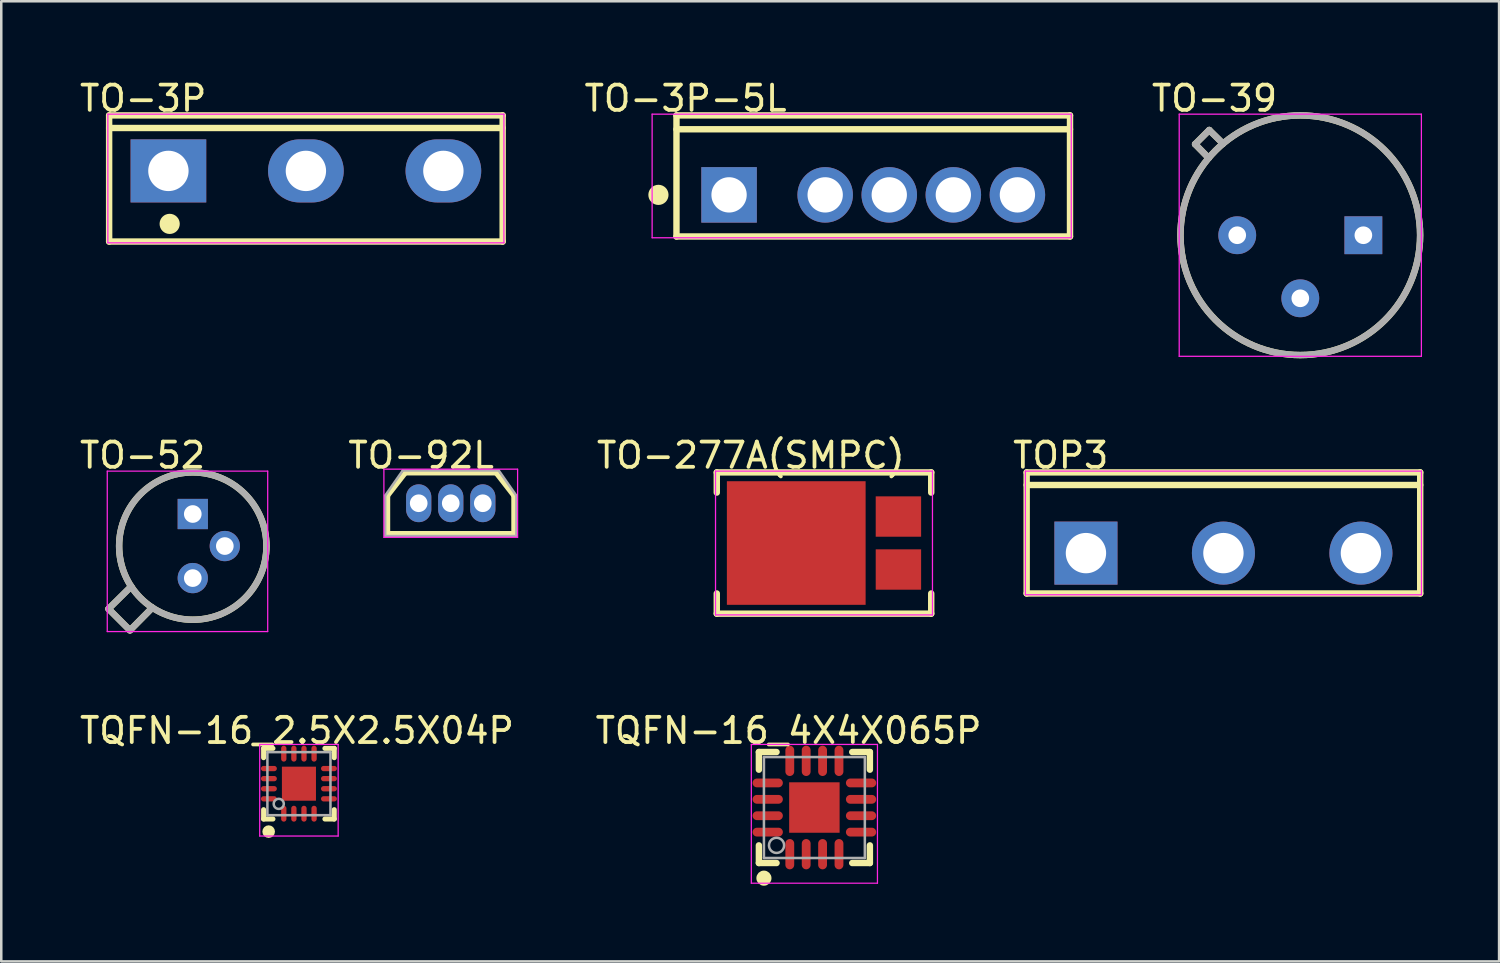
<source format=kicad_pcb>
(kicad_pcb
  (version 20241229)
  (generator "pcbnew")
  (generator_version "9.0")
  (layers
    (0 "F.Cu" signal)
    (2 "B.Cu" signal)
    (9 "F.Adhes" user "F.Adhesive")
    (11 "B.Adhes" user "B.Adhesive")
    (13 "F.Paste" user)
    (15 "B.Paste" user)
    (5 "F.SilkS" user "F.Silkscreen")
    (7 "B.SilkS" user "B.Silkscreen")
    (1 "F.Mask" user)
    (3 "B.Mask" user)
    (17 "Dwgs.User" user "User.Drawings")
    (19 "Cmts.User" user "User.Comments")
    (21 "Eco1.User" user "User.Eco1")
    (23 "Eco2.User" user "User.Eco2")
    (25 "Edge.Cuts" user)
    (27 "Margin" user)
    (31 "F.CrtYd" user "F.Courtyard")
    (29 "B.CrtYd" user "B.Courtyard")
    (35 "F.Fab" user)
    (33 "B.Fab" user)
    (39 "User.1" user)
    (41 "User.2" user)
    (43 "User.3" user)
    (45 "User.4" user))
  (footprint "TQFN-16_4X4X065P"
    (layer "F.Cu")
    (at 29.233 28.961)
    (property "Reference" "TQFN-16_4X4X065P" (at -1.024 -3.05 0) (layer "F.SilkS") (effects (font (size 1 1) (thickness 0.15))))
    (attr through_hole)
    (fp_line (start -2.2 -2.2) (end -1.5 -2.2) (stroke (width 0.254) (type solid)) (layer "F.SilkS"))
    (fp_line (start -2.2 -1.5) (end -2.2 -2.2) (stroke (width 0.254) (type solid)) (layer "F.SilkS"))
    (fp_line (start -2.2 2.2) (end -2.2 1.5) (stroke (width 0.254) (type solid)) (layer "F.SilkS"))
    (fp_line (start -2.2 2.2) (end -1.5 2.2) (stroke (width 0.254) (type solid)) (layer "F.SilkS"))
    (fp_line (start 1.5 -2.2) (end 2.2 -2.2) (stroke (width 0.254) (type solid)) (layer "F.SilkS"))
    (fp_line (start 1.5 2.2) (end 2.2 2.2) (stroke (width 0.254) (type solid)) (layer "F.SilkS"))
    (fp_line (start 2.2 -1.5) (end 2.2 -2.2) (stroke (width 0.254) (type solid)) (layer "F.SilkS"))
    (fp_line (start 2.2 2.2) (end 2.2 1.5) (stroke (width 0.254) (type solid)) (layer "F.SilkS"))
    (fp_circle (center -2 2.8) (end -1.85 2.8) (stroke (width 0.3) (type solid)) (fill no) (layer "F.SilkS"))
    (fp_line (start -2.5 -2.5) (end 2.5 -2.5) (stroke (width 0.05) (type solid)) (layer "F.CrtYd"))
    (fp_line (start -2.5 3) (end -2.5 -2.5) (stroke (width 0.05) (type solid)) (layer "F.CrtYd"))
    (fp_line (start 2.5 -2.5) (end 2.5 3) (stroke (width 0.05) (type solid)) (layer "F.CrtYd"))
    (fp_line (start 2.5 3) (end -2.5 3) (stroke (width 0.05) (type solid)) (layer "F.CrtYd"))
    (fp_line (start -2 -2) (end 2 -2) (stroke (width 0.1) (type solid)) (layer "F.Fab"))
    (fp_line (start -2 2) (end -2 -2) (stroke (width 0.1) (type solid)) (layer "F.Fab"))
    (fp_line (start -2 2) (end 2 2) (stroke (width 0.1) (type solid)) (layer "F.Fab"))
    (fp_line (start 2 2) (end 2 -2) (stroke (width 0.1) (type solid)) (layer "F.Fab"))
    (fp_circle (center -1.5 1.5) (end -1.2 1.5) (stroke (width 0.1) (type solid)) (fill no) (layer "F.Fab"))
    (pad "0" smd rect (at 0 0 90) (size 2 2) (layers "F.Cu" "F.Mask" "F.Paste"))
    (pad "1" smd oval (at -0.975 1.85) (size 0.35 1.2) (layers "F.Cu" "F.Mask" "F.Paste"))
    (pad "2" smd oval (at -0.325 1.85) (size 0.35 1.2) (layers "F.Cu" "F.Mask" "F.Paste"))
    (pad "3" smd oval (at 0.325 1.85) (size 0.35 1.2) (layers "F.Cu" "F.Mask" "F.Paste"))
    (pad "4" smd oval (at 0.975 1.85) (size 0.35 1.2) (layers "F.Cu" "F.Mask" "F.Paste"))
    (pad "5" smd oval (at 1.85 0.975 90) (size 0.35 1.2) (layers "F.Cu" "F.Mask" "F.Paste"))
    (pad "6" smd oval (at 1.85 0.325 90) (size 0.35 1.2) (layers "F.Cu" "F.Mask" "F.Paste"))
    (pad "7" smd oval (at 1.85 -0.325 90) (size 0.35 1.2) (layers "F.Cu" "F.Mask" "F.Paste"))
    (pad "8" smd oval (at 1.85 -0.975 90) (size 0.35 1.2) (layers "F.Cu" "F.Mask" "F.Paste"))
    (pad "9" smd oval (at 0.975 -1.85) (size 0.35 1.2) (layers "F.Cu" "F.Mask" "F.Paste"))
    (pad "10" smd oval (at 0.325 -1.85) (size 0.35 1.2) (layers "F.Cu" "F.Mask" "F.Paste"))
    (pad "11" smd oval (at -0.325 -1.85) (size 0.35 1.2) (layers "F.Cu" "F.Mask" "F.Paste"))
    (pad "12" smd oval (at -0.975 -1.85) (size 0.35 1.2) (layers "F.Cu" "F.Mask" "F.Paste"))
    (pad "13" smd oval (at -1.85 -0.975 90) (size 0.35 1.2) (layers "F.Cu" "F.Mask" "F.Paste"))
    (pad "14" smd oval (at -1.85 -0.325 90) (size 0.35 1.2) (layers "F.Cu" "F.Mask" "F.Paste"))
    (pad "15" smd oval (at -1.85 0.325 90) (size 0.35 1.2) (layers "F.Cu" "F.Mask" "F.Paste"))
    (pad "16" smd oval (at -1.85 0.975 90) (size 0.35 1.2) (layers "F.Cu" "F.Mask" "F.Paste")))
  (footprint "TQFN-16_2.5X2.5X04P"
    (layer "F.Cu")
    (at 8.8 28.016)
    (property "Reference" "TQFN-16_2.5X2.5X04P" (at -0.079 -2.105 0) (layer "F.SilkS") (effects (font (size 1 1) (thickness 0.15))))
    (attr through_hole)
    (fp_line (start -1.4 -1.4) (end -1.03 -1.4) (stroke (width 0.2) (type solid)) (layer "F.SilkS"))
    (fp_line (start -1.4 -1.03) (end -1.4 -1.4) (stroke (width 0.2) (type solid)) (layer "F.SilkS"))
    (fp_line (start -1.4 1.4) (end -1.4 1.03) (stroke (width 0.2) (type solid)) (layer "F.SilkS"))
    (fp_line (start -1.4 1.4) (end -1.03 1.4) (stroke (width 0.2) (type solid)) (layer "F.SilkS"))
    (fp_line (start 1.03 -1.4) (end 1.4 -1.4) (stroke (width 0.2) (type solid)) (layer "F.SilkS"))
    (fp_line (start 1.03 1.4) (end 1.4 1.4) (stroke (width 0.2) (type solid)) (layer "F.SilkS"))
    (fp_line (start 1.4 -1.03) (end 1.4 -1.4) (stroke (width 0.2) (type solid)) (layer "F.SilkS"))
    (fp_line (start 1.4 1.4) (end 1.4 1.03) (stroke (width 0.2) (type solid)) (layer "F.SilkS"))
    (fp_circle (center -1.2 1.9) (end -1.075 1.9) (stroke (width 0.25) (type solid)) (fill no) (layer "F.SilkS"))
    (fp_line (start -1.555 -1.555) (end 1.555 -1.555) (stroke (width 0.05) (type solid)) (layer "F.CrtYd"))
    (fp_line (start -1.555 2.075) (end -1.555 -1.555) (stroke (width 0.05) (type solid)) (layer "F.CrtYd"))
    (fp_line (start 1.555 -1.555) (end 1.555 2.075) (stroke (width 0.05) (type solid)) (layer "F.CrtYd"))
    (fp_line (start 1.555 2.075) (end -1.555 2.075) (stroke (width 0.05) (type solid)) (layer "F.CrtYd"))
    (fp_line (start -1.25 -1.25) (end 1.25 -1.25) (stroke (width 0.1) (type solid)) (layer "F.Fab"))
    (fp_line (start -1.25 1.25) (end -1.25 -1.25) (stroke (width 0.1) (type solid)) (layer "F.Fab"))
    (fp_line (start -1.25 1.25) (end 1.25 1.25) (stroke (width 0.1) (type solid)) (layer "F.Fab"))
    (fp_line (start 1.25 1.25) (end 1.25 -1.25) (stroke (width 0.1) (type solid)) (layer "F.Fab"))
    (fp_circle (center -0.8 0.8) (end -0.6 0.8) (stroke (width 0.1) (type solid)) (fill no) (layer "F.Fab"))
    (pad "0" smd rect (at 0 0) (size 1.35 1.35) (layers "F.Cu" "F.Mask" "F.Paste"))
    (pad "1" smd oval (at -0.6 1.19) (size 0.21 0.63) (layers "F.Cu" "F.Mask" "F.Paste"))
    (pad "2" smd oval (at -0.2 1.19) (size 0.21 0.63) (layers "F.Cu" "F.Mask" "F.Paste"))
    (pad "3" smd oval (at 0.2 1.19) (size 0.21 0.63) (layers "F.Cu" "F.Mask" "F.Paste"))
    (pad "4" smd oval (at 0.6 1.19) (size 0.21 0.63) (layers "F.Cu" "F.Mask" "F.Paste"))
    (pad "5" smd oval (at 1.19 0.6 90) (size 0.21 0.63) (layers "F.Cu" "F.Mask" "F.Paste"))
    (pad "6" smd oval (at 1.19 0.2 90) (size 0.21 0.63) (layers "F.Cu" "F.Mask" "F.Paste"))
    (pad "7" smd oval (at 1.19 -0.2 90) (size 0.21 0.63) (layers "F.Cu" "F.Mask" "F.Paste"))
    (pad "8" smd oval (at 1.19 -0.6 90) (size 0.21 0.63) (layers "F.Cu" "F.Mask" "F.Paste"))
    (pad "9" smd oval (at 0.6 -1.19 180) (size 0.21 0.63) (layers "F.Cu" "F.Mask" "F.Paste"))
    (pad "10" smd oval (at 0.2 -1.19 180) (size 0.21 0.63) (layers "F.Cu" "F.Mask" "F.Paste"))
    (pad "11" smd oval (at -0.2 -1.19 180) (size 0.21 0.63) (layers "F.Cu" "F.Mask" "F.Paste"))
    (pad "12" smd oval (at -0.6 -1.19 180) (size 0.21 0.63) (layers "F.Cu" "F.Mask" "F.Paste"))
    (pad "13" smd oval (at -1.19 -0.6 90) (size 0.21 0.63) (layers "F.Cu" "F.Mask" "F.Paste"))
    (pad "14" smd oval (at -1.19 -0.2 90) (size 0.21 0.63) (layers "F.Cu" "F.Mask" "F.Paste"))
    (pad "15" smd oval (at -1.19 0.2 90) (size 0.21 0.63) (layers "F.Cu" "F.Mask" "F.Paste"))
    (pad "16" smd oval (at -1.19 0.6 90) (size 0.21 0.63) (layers "F.Cu" "F.Mask" "F.Paste")))
  (footprint "TO-52"
    (layer "F.Cu")
    (at 4.592 18.596)
    (property "Reference" "TO-52" (at -1.991 -3.596 0) (layer "F.SilkS") (effects (font (size 1 1) (thickness 0.15))))
    (attr through_hole)
    (fp_line (start -3.34 2.49) (end -2.49 3.34) (stroke (width 0.254) (type solid)) (layer "F.SilkS"))
    (fp_line (start -3.34 2.49) (end -2.44 1.6) (stroke (width 0.254) (type solid)) (layer "F.SilkS"))
    (fp_line (start -2.49 3.34) (end -1.6 2.44) (stroke (width 0.254) (type solid)) (layer "F.SilkS"))
    (fp_circle (center 0 0) (end 2.92 0) (stroke (width 0.254) (type solid)) (fill no) (layer "F.SilkS"))
    (fp_line (start -3.39 -2.97) (end 2.97 -2.97) (stroke (width 0.05) (type solid)) (layer "F.CrtYd"))
    (fp_line (start -3.39 3.39) (end -3.39 -2.97) (stroke (width 0.05) (type solid)) (layer "F.CrtYd"))
    (fp_line (start 2.97 -2.97) (end 2.97 3.39) (stroke (width 0.05) (type solid)) (layer "F.CrtYd"))
    (fp_line (start 2.97 3.39) (end -3.39 3.39) (stroke (width 0.05) (type solid)) (layer "F.CrtYd"))
    (fp_line (start -3.34 2.49) (end -2.49 3.34) (stroke (width 0.254) (type solid)) (layer "F.Fab"))
    (fp_line (start -3.34 2.49) (end -2.44 1.6) (stroke (width 0.254) (type solid)) (layer "F.Fab"))
    (fp_line (start -2.49 3.34) (end -1.6 2.44) (stroke (width 0.254) (type solid)) (layer "F.Fab"))
    (fp_circle (center 0 0) (end 2.92 0) (stroke (width 0.254) (type solid)) (fill no) (layer "F.Fab"))
    (pad "1" thru_hole oval (at 0 1.27 270) (size 1.2 1.2) (drill 0.7) (layers "*.Cu" "*.Mask"))
    (pad "2" thru_hole oval (at 1.27 0 270) (size 1.2 1.2) (drill 0.7) (layers "*.Cu" "*.Mask"))
    (pad "3" thru_hole rect (at 0 -1.27 270) (size 1.2 1.2) (drill 0.7) (layers "*.Cu" "*.Mask")))
  (footprint "TO-3P-5L"
    (layer "F.Cu")
    (at 25.851 4.675)
    (property "Reference" "TO-3P-5L" (at -1.724 -3.826 0) (layer "F.SilkS") (effects (font (size 1 1) (thickness 0.15))))
    (attr through_hole)
    (fp_line (start -2.085 -3.15) (end 13.515 -3.15) (stroke (width 0.254) (type solid)) (layer "F.SilkS"))
    (fp_line (start -2.085 -2.6) (end 13.515 -2.6) (stroke (width 0.254) (type solid)) (layer "F.SilkS"))
    (fp_line (start -2.085 1.65) (end -2.085 -3.15) (stroke (width 0.254) (type solid)) (layer "F.SilkS"))
    (fp_line (start -2.085 1.65) (end 13.515 1.65) (stroke (width 0.254) (type solid)) (layer "F.SilkS"))
    (fp_line (start 13.515 1.65) (end 13.515 -3.15) (stroke (width 0.254) (type solid)) (layer "F.SilkS"))
    (fp_circle (center -2.8 0) (end -2.6 0) (stroke (width 0.4) (type solid)) (fill no) (layer "F.SilkS"))
    (fp_line (start -3.05 -3.2) (end 13.565 -3.2) (stroke (width 0.05) (type solid)) (layer "F.CrtYd"))
    (fp_line (start -3.05 1.7) (end -3.05 -3.2) (stroke (width 0.05) (type solid)) (layer "F.CrtYd"))
    (fp_line (start 13.565 -3.2) (end 13.565 1.7) (stroke (width 0.05) (type solid)) (layer "F.CrtYd"))
    (fp_line (start 13.565 1.7) (end -3.05 1.7) (stroke (width 0.05) (type solid)) (layer "F.CrtYd"))
    (pad "1" thru_hole rect (at 0 0) (size 2.2 2.2) (drill 1.4) (layers "*.Cu" "*.Mask"))
    (pad "2" thru_hole oval (at 3.81 0) (size 2.2 2.2) (drill 1.4) (layers "*.Cu" "*.Mask"))
    (pad "3" thru_hole oval (at 6.35 0) (size 2.2 2.2) (drill 1.4) (layers "*.Cu" "*.Mask"))
    (pad "4" thru_hole oval (at 8.89 0) (size 2.2 2.2) (drill 1.4) (layers "*.Cu" "*.Mask"))
    (pad "5" thru_hole oval (at 11.43 0) (size 2.2 2.2) (drill 1.4) (layers "*.Cu" "*.Mask")))
  (footprint "TO-277A(SMPC)"
    (layer "F.Cu")
    (at 32.564 18.476)
    (property "Reference" "TO-277A(SMPC)" (at -5.851 -3.476 0) (layer "F.SilkS") (effects (font (size 1 1) (thickness 0.15))))
    (attr through_hole)
    (fp_line (start -7.2 -2.8) (end 1.3 -2.8) (stroke (width 0.254) (type solid)) (layer "F.SilkS"))
    (fp_line (start -7.2 -2) (end -7.2 -2.8) (stroke (width 0.254) (type solid)) (layer "F.SilkS"))
    (fp_line (start -7.2 2.8) (end -7.2 2) (stroke (width 0.254) (type solid)) (layer "F.SilkS"))
    (fp_line (start -7.2 2.8) (end 1.3 2.8) (stroke (width 0.254) (type solid)) (layer "F.SilkS"))
    (fp_line (start 1.3 -2) (end 1.3 -2.8) (stroke (width 0.254) (type solid)) (layer "F.SilkS"))
    (fp_line (start 1.3 2.8) (end 1.3 2) (stroke (width 0.254) (type solid)) (layer "F.SilkS"))
    (fp_line (start -7.25 -2.85) (end 1.35 -2.85) (stroke (width 0.05) (type solid)) (layer "F.CrtYd"))
    (fp_line (start -7.25 2.85) (end -7.25 -2.85) (stroke (width 0.05) (type solid)) (layer "F.CrtYd"))
    (fp_line (start 1.35 -2.85) (end 1.35 2.85) (stroke (width 0.05) (type solid)) (layer "F.CrtYd"))
    (fp_line (start 1.35 2.85) (end -7.25 2.85) (stroke (width 0.05) (type solid)) (layer "F.CrtYd"))
    (pad "1" smd rect (at 0 1.05 90) (size 1.6 1.8) (layers "F.Cu" "F.Mask" "F.Paste"))
    (pad "2" smd rect (at 0 -1.05 90) (size 1.6 1.8) (layers "F.Cu" "F.Mask" "F.Paste"))
    (pad "K" smd rect (at -4.05 0 90) (size 4.9 5.5) (layers "F.Cu" "F.Mask" "F.Paste")))
  (footprint "TOP3"
    (layer "F.Cu")
    (at 45.448 18.876)
    (property "Reference" "TOP3" (at -6.451 -3.876 0) (layer "F.SilkS") (effects (font (size 1 1) (thickness 0.15))))
    (attr through_hole)
    (fp_line (start -7.8 -3.2) (end 7.8 -3.2) (stroke (width 0.254) (type solid)) (layer "F.SilkS"))
    (fp_line (start -7.8 -2.7) (end 7.8 -2.7) (stroke (width 0.254) (type solid)) (layer "F.SilkS"))
    (fp_line (start -7.8 1.6) (end -7.8 -3.2) (stroke (width 0.254) (type solid)) (layer "F.SilkS"))
    (fp_line (start -7.8 1.6) (end 7.8 1.6) (stroke (width 0.254) (type solid)) (layer "F.SilkS"))
    (fp_line (start 7.8 1.6) (end 7.8 -3.2) (stroke (width 0.254) (type solid)) (layer "F.SilkS"))
    (fp_line (start -7.85 -3.25) (end 7.85 -3.25) (stroke (width 0.05) (type solid)) (layer "F.CrtYd"))
    (fp_line (start -7.85 1.65) (end -7.85 -3.25) (stroke (width 0.05) (type solid)) (layer "F.CrtYd"))
    (fp_line (start 7.85 -3.25) (end 7.85 1.65) (stroke (width 0.05) (type solid)) (layer "F.CrtYd"))
    (fp_line (start 7.85 1.65) (end -7.85 1.65) (stroke (width 0.05) (type solid)) (layer "F.CrtYd"))
    (pad "1" thru_hole rect (at -5.45 0) (size 2.5 2.5) (drill 1.6) (layers "*.Cu" "*.Mask"))
    (pad "2" thru_hole oval (at 0 0) (size 2.5 2.5) (drill 1.6) (layers "*.Cu" "*.Mask"))
    (pad "3" thru_hole oval (at 5.45 0) (size 2.5 2.5) (drill 1.6) (layers "*.Cu" "*.Mask")))
  (footprint "TO-39"
    (layer "F.Cu")
    (at 48.495 6.275)
    (property "Reference" "TO-39" (at -3.401 -5.426 0) (layer "F.SilkS") (effects (font (size 1 1) (thickness 0.15))))
    (attr through_hole)
    (fp_line (start -4.17 -3.61) (end -3.63 -3.06) (stroke (width 0.254) (type solid)) (layer "F.SilkS"))
    (fp_line (start -4.17 -3.61) (end -3.61 -4.17) (stroke (width 0.254) (type solid)) (layer "F.SilkS"))
    (fp_line (start -3.61 -4.17) (end -3.06 -3.63) (stroke (width 0.254) (type solid)) (layer "F.SilkS"))
    (fp_circle (center 0 0) (end 4.75 0) (stroke (width 0.254) (type solid)) (fill no) (layer "F.SilkS"))
    (fp_line (start -4.8 -4.8) (end 4.8 -4.8) (stroke (width 0.05) (type solid)) (layer "F.CrtYd"))
    (fp_line (start -4.8 4.8) (end -4.8 -4.8) (stroke (width 0.05) (type solid)) (layer "F.CrtYd"))
    (fp_line (start 4.8 -4.8) (end 4.8 4.8) (stroke (width 0.05) (type solid)) (layer "F.CrtYd"))
    (fp_line (start 4.8 4.8) (end -4.8 4.8) (stroke (width 0.05) (type solid)) (layer "F.CrtYd"))
    (fp_line (start -4.17 -3.61) (end -3.63 -3.06) (stroke (width 0.254) (type solid)) (layer "F.Fab"))
    (fp_line (start -4.17 -3.61) (end -3.61 -4.17) (stroke (width 0.254) (type solid)) (layer "F.Fab"))
    (fp_line (start -3.61 -4.17) (end -3.06 -3.63) (stroke (width 0.254) (type solid)) (layer "F.Fab"))
    (fp_circle (center 0 0) (end 4.75 0) (stroke (width 0.254) (type solid)) (fill no) (layer "F.Fab"))
    (pad "1" thru_hole oval (at -2.5 0 270) (size 1.5 1.5) (drill 0.7) (layers "*.Cu" "*.Mask"))
    (pad "2" thru_hole oval (at 0 2.5 270) (size 1.5 1.5) (drill 0.7) (layers "*.Cu" "*.Mask"))
    (pad "3" thru_hole rect (at 2.5 0 270) (size 1.5 1.5) (drill 0.7) (layers "*.Cu" "*.Mask")))
  (footprint "TO-92L"
    (layer "F.Cu")
    (at 14.818 16.899)
    (property "Reference" "TO-92L" (at -1.174 -1.899 0) (layer "F.SilkS") (effects (font (size 1 1) (thickness 0.15))))
    (attr through_hole)
    (fp_line (start -2.5 -0.3) (end -1.8 -1.2) (stroke (width 0.2) (type solid)) (layer "F.SilkS"))
    (fp_line (start -2.5 1.2) (end -2.5 -0.3) (stroke (width 0.2) (type solid)) (layer "F.SilkS"))
    (fp_line (start -2.5 1.2) (end 2.5 1.2) (stroke (width 0.2) (type solid)) (layer "F.SilkS"))
    (fp_line (start -1.8 -1.2) (end 1.8 -1.2) (stroke (width 0.2) (type solid)) (layer "F.SilkS"))
    (fp_line (start 1.8 -1.2) (end 2.5 -0.3) (stroke (width 0.2) (type solid)) (layer "F.SilkS"))
    (fp_line (start 2.5 1.2) (end 2.5 -0.3) (stroke (width 0.2) (type solid)) (layer "F.SilkS"))
    (fp_line (start -2.65 -1.35) (end 2.65 -1.35) (stroke (width 0.05) (type solid)) (layer "F.CrtYd"))
    (fp_line (start -2.65 1.35) (end -2.65 -1.35) (stroke (width 0.05) (type solid)) (layer "F.CrtYd"))
    (fp_line (start 2.65 -1.35) (end 2.65 1.35) (stroke (width 0.05) (type solid)) (layer "F.CrtYd"))
    (fp_line (start 2.65 1.35) (end -2.65 1.35) (stroke (width 0.05) (type solid)) (layer "F.CrtYd"))
    (fp_line (start -2.6 -0.3) (end -1.9 -1.3) (stroke (width 0.1) (type solid)) (layer "F.Fab"))
    (fp_line (start -2.6 1.3) (end -2.6 -0.3) (stroke (width 0.1) (type solid)) (layer "F.Fab"))
    (fp_line (start -2.6 1.3) (end 2.6 1.3) (stroke (width 0.1) (type solid)) (layer "F.Fab"))
    (fp_line (start -1.9 -1.3) (end 1.9 -1.3) (stroke (width 0.1) (type solid)) (layer "F.Fab"))
    (fp_line (start 1.9 -1.3) (end 2.6 -0.3) (stroke (width 0.1) (type solid)) (layer "F.Fab"))
    (fp_line (start 2.6 1.3) (end 2.6 -0.3) (stroke (width 0.1) (type solid)) (layer "F.Fab"))
    (pad "1" thru_hole oval (at -1.27 0 270) (size 1.5 1) (drill 0.7) (layers "*.Cu" "*.Mask"))
    (pad "2" thru_hole oval (at 0 0 270) (size 1.5 1) (drill 0.7) (layers "*.Cu" "*.Mask"))
    (pad "3" thru_hole oval (at 1.27 0 270) (size 1.5 1) (drill 0.7) (layers "*.Cu" "*.Mask")))
  (footprint "TO-3P"
    (layer "F.Cu")
    (at 9.076 3.725)
    (property "Reference" "TO-3P" (at -6.451 -2.876 0) (layer "F.SilkS") (effects (font (size 1 1) (thickness 0.15))))
    (attr through_hole)
    (fp_line (start -7.8 -2.2) (end 7.8 -2.2) (stroke (width 0.254) (type solid)) (layer "F.SilkS"))
    (fp_line (start -7.8 -1.7) (end 7.8 -1.7) (stroke (width 0.254) (type solid)) (layer "F.SilkS"))
    (fp_line (start -7.8 2.8) (end -7.8 -2.2) (stroke (width 0.254) (type solid)) (layer "F.SilkS"))
    (fp_line (start -7.8 2.8) (end 7.8 2.8) (stroke (width 0.254) (type solid)) (layer "F.SilkS"))
    (fp_line (start 7.8 2.8) (end 7.8 -2.2) (stroke (width 0.254) (type solid)) (layer "F.SilkS"))
    (fp_circle (center -5.4 2.1) (end -5.2 2.1) (stroke (width 0.4) (type solid)) (fill no) (layer "F.SilkS"))
    (fp_line (start -7.85 -2.25) (end 7.85 -2.25) (stroke (width 0.05) (type solid)) (layer "F.CrtYd"))
    (fp_line (start -7.85 2.85) (end -7.85 -2.25) (stroke (width 0.05) (type solid)) (layer "F.CrtYd"))
    (fp_line (start 7.85 -2.25) (end 7.85 2.85) (stroke (width 0.05) (type solid)) (layer "F.CrtYd"))
    (fp_line (start 7.85 2.85) (end -7.85 2.85) (stroke (width 0.05) (type solid)) (layer "F.CrtYd"))
    (pad "1" thru_hole rect (at -5.45 0) (size 3 2.5) (drill 1.6) (layers "*.Cu" "*.Mask"))
    (pad "2" thru_hole oval (at 0 0) (size 3 2.5) (drill 1.6) (layers "*.Cu" "*.Mask"))
    (pad "3" thru_hole oval (at 5.45 0) (size 3 2.5) (drill 1.6) (layers "*.Cu" "*.Mask")))
  (gr_rect
    (start -3 -3)
    (end 56.375 35.061)
    (stroke (width 0.1) (type default))
    (fill no)
    (layer "Edge.Cuts")))
</source>
